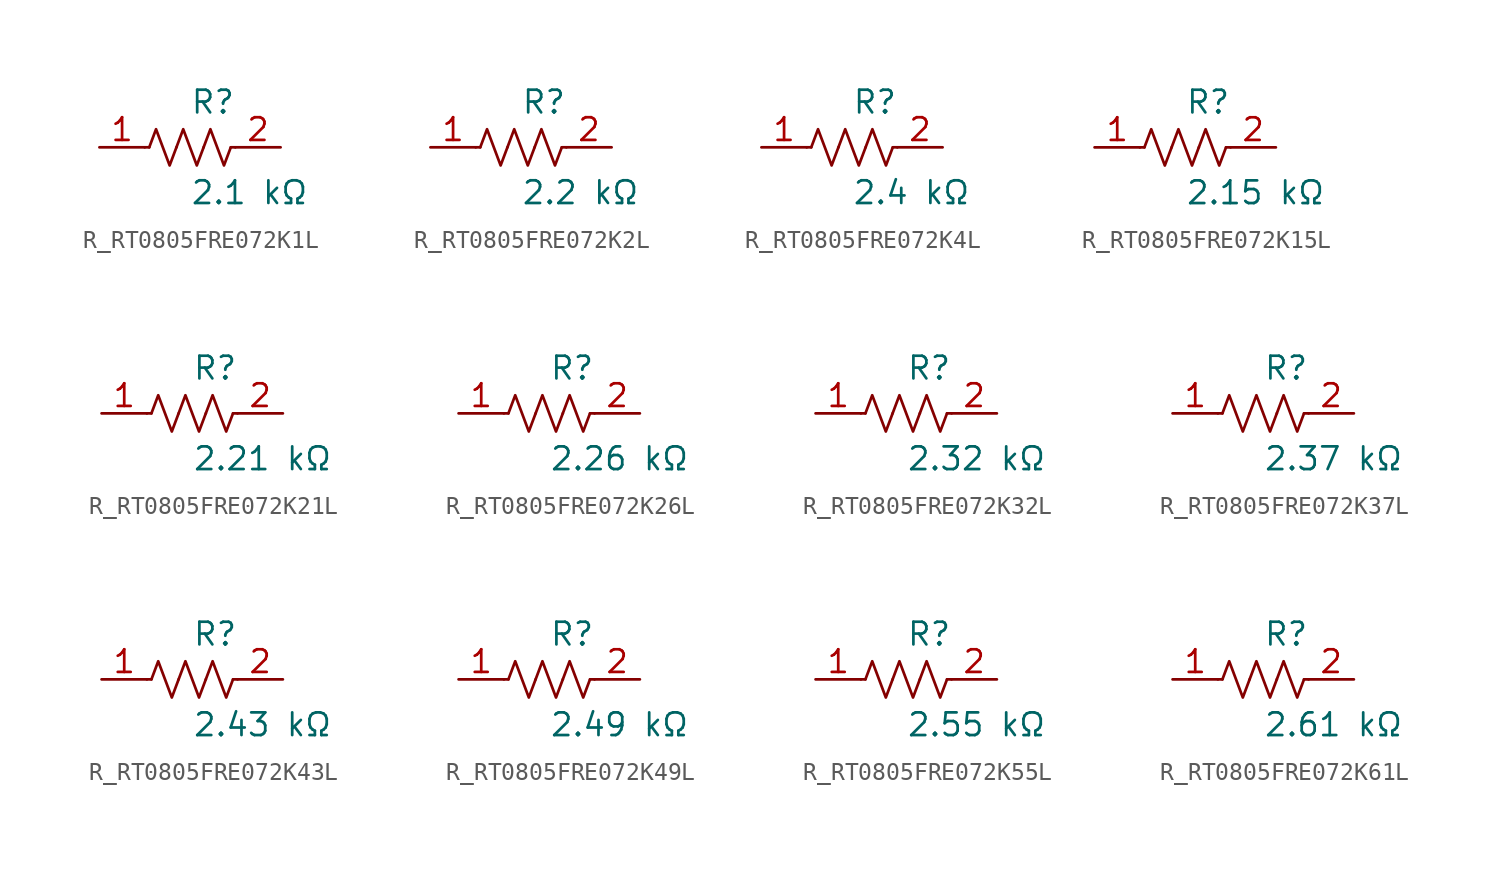
<source format=kicad_sym>
(kicad_symbol_lib
  (version 20231120)
  (generator kicad_symbol_editor)
  (generator_version 8.0)
  (symbol "R_RT0805FRE072K1L"
    (pin_names
      (offset 0.254))
    (property "Reference" "R"
      (at 0 2.54 0)
      (effects (font (size 1.27 1.27)) (justify left)))
    (property "Value" "2.1 kΩ"
      (at 0 -2.54 0)
      (effects (font (size 1.27 1.27)) (justify left)))
    (symbol "R_RT0805FRE072K1L_0_1"
      (polyline (pts (xy 2.286 0) (xy 2.54 0)) (stroke (width 0) (type default)) (fill (type none)))
      (polyline (pts (xy -2.286 0) (xy -2.54 0)) (stroke (width 0) (type default)) (fill (type none)))
      (polyline (pts (xy 0.762 0) (xy 1.143 1.016) (xy 1.524 0) (xy 1.905 -1.016) (xy 2.286 0)) (stroke (width 0) (type default)) (fill (type none)))
      (polyline (pts (xy -0.762 0) (xy -0.381 1.016) (xy 0 0) (xy 0.381 -1.016) (xy 0.762 0)) (stroke (width 0) (type default)) (fill (type none)))
      (polyline (pts (xy -2.286 0) (xy -1.905 1.016) (xy -1.524 0) (xy -1.143 -1.016) (xy -0.762 0)) (stroke (width 0) (type default)) (fill (type none))))
    (pin passive line
      (at -5.08 0 0)
      (length 2.54)
      (name "" (effects (font (size 1.27 1.27))))
      (number "1" (effects (font (size 1.27 1.27)))))
    (pin passive line
      (at 5.08 0 180)
      (length 2.54)
      (name "" (effects (font (size 1.27 1.27))))
      (number "2" (effects (font (size 1.27 1.27))))))
  (symbol "R_RT0805FRE072K2L"
    (pin_names
      (offset 0.254))
    (property "Reference" "R"
      (at 0 2.54 0)
      (effects (font (size 1.27 1.27)) (justify left)))
    (property "Value" "2.2 kΩ"
      (at 0 -2.54 0)
      (effects (font (size 1.27 1.27)) (justify left)))
    (symbol "R_RT0805FRE072K2L_0_1"
      (polyline (pts (xy 2.286 0) (xy 2.54 0)) (stroke (width 0) (type default)) (fill (type none)))
      (polyline (pts (xy -2.286 0) (xy -2.54 0)) (stroke (width 0) (type default)) (fill (type none)))
      (polyline (pts (xy 0.762 0) (xy 1.143 1.016) (xy 1.524 0) (xy 1.905 -1.016) (xy 2.286 0)) (stroke (width 0) (type default)) (fill (type none)))
      (polyline (pts (xy -0.762 0) (xy -0.381 1.016) (xy 0 0) (xy 0.381 -1.016) (xy 0.762 0)) (stroke (width 0) (type default)) (fill (type none)))
      (polyline (pts (xy -2.286 0) (xy -1.905 1.016) (xy -1.524 0) (xy -1.143 -1.016) (xy -0.762 0)) (stroke (width 0) (type default)) (fill (type none))))
    (pin passive line
      (at -5.08 0 0)
      (length 2.54)
      (name "" (effects (font (size 1.27 1.27))))
      (number "1" (effects (font (size 1.27 1.27)))))
    (pin passive line
      (at 5.08 0 180)
      (length 2.54)
      (name "" (effects (font (size 1.27 1.27))))
      (number "2" (effects (font (size 1.27 1.27))))))
  (symbol "R_RT0805FRE072K4L"
    (pin_names
      (offset 0.254))
    (property "Reference" "R"
      (at 0 2.54 0)
      (effects (font (size 1.27 1.27)) (justify left)))
    (property "Value" "2.4 kΩ"
      (at 0 -2.54 0)
      (effects (font (size 1.27 1.27)) (justify left)))
    (symbol "R_RT0805FRE072K4L_0_1"
      (polyline (pts (xy 2.286 0) (xy 2.54 0)) (stroke (width 0) (type default)) (fill (type none)))
      (polyline (pts (xy -2.286 0) (xy -2.54 0)) (stroke (width 0) (type default)) (fill (type none)))
      (polyline (pts (xy 0.762 0) (xy 1.143 1.016) (xy 1.524 0) (xy 1.905 -1.016) (xy 2.286 0)) (stroke (width 0) (type default)) (fill (type none)))
      (polyline (pts (xy -0.762 0) (xy -0.381 1.016) (xy 0 0) (xy 0.381 -1.016) (xy 0.762 0)) (stroke (width 0) (type default)) (fill (type none)))
      (polyline (pts (xy -2.286 0) (xy -1.905 1.016) (xy -1.524 0) (xy -1.143 -1.016) (xy -0.762 0)) (stroke (width 0) (type default)) (fill (type none))))
    (pin passive line
      (at -5.08 0 0)
      (length 2.54)
      (name "" (effects (font (size 1.27 1.27))))
      (number "1" (effects (font (size 1.27 1.27)))))
    (pin passive line
      (at 5.08 0 180)
      (length 2.54)
      (name "" (effects (font (size 1.27 1.27))))
      (number "2" (effects (font (size 1.27 1.27))))))
  (symbol "R_RT0805FRE072K15L"
    (pin_names
      (offset 0.254))
    (property "Reference" "R"
      (at 0 2.54 0)
      (effects (font (size 1.27 1.27)) (justify left)))
    (property "Value" "2.15 kΩ"
      (at 0 -2.54 0)
      (effects (font (size 1.27 1.27)) (justify left)))
    (symbol "R_RT0805FRE072K15L_0_1"
      (polyline (pts (xy 2.286 0) (xy 2.54 0)) (stroke (width 0) (type default)) (fill (type none)))
      (polyline (pts (xy -2.286 0) (xy -2.54 0)) (stroke (width 0) (type default)) (fill (type none)))
      (polyline (pts (xy 0.762 0) (xy 1.143 1.016) (xy 1.524 0) (xy 1.905 -1.016) (xy 2.286 0)) (stroke (width 0) (type default)) (fill (type none)))
      (polyline (pts (xy -0.762 0) (xy -0.381 1.016) (xy 0 0) (xy 0.381 -1.016) (xy 0.762 0)) (stroke (width 0) (type default)) (fill (type none)))
      (polyline (pts (xy -2.286 0) (xy -1.905 1.016) (xy -1.524 0) (xy -1.143 -1.016) (xy -0.762 0)) (stroke (width 0) (type default)) (fill (type none))))
    (pin passive line
      (at -5.08 0 0)
      (length 2.54)
      (name "" (effects (font (size 1.27 1.27))))
      (number "1" (effects (font (size 1.27 1.27)))))
    (pin passive line
      (at 5.08 0 180)
      (length 2.54)
      (name "" (effects (font (size 1.27 1.27))))
      (number "2" (effects (font (size 1.27 1.27))))))
  (symbol "R_RT0805FRE072K21L"
    (pin_names
      (offset 0.254))
    (property "Reference" "R"
      (at 0 2.54 0)
      (effects (font (size 1.27 1.27)) (justify left)))
    (property "Value" "2.21 kΩ"
      (at 0 -2.54 0)
      (effects (font (size 1.27 1.27)) (justify left)))
    (symbol "R_RT0805FRE072K21L_0_1"
      (polyline (pts (xy 2.286 0) (xy 2.54 0)) (stroke (width 0) (type default)) (fill (type none)))
      (polyline (pts (xy -2.286 0) (xy -2.54 0)) (stroke (width 0) (type default)) (fill (type none)))
      (polyline (pts (xy 0.762 0) (xy 1.143 1.016) (xy 1.524 0) (xy 1.905 -1.016) (xy 2.286 0)) (stroke (width 0) (type default)) (fill (type none)))
      (polyline (pts (xy -0.762 0) (xy -0.381 1.016) (xy 0 0) (xy 0.381 -1.016) (xy 0.762 0)) (stroke (width 0) (type default)) (fill (type none)))
      (polyline (pts (xy -2.286 0) (xy -1.905 1.016) (xy -1.524 0) (xy -1.143 -1.016) (xy -0.762 0)) (stroke (width 0) (type default)) (fill (type none))))
    (pin passive line
      (at -5.08 0 0)
      (length 2.54)
      (name "" (effects (font (size 1.27 1.27))))
      (number "1" (effects (font (size 1.27 1.27)))))
    (pin passive line
      (at 5.08 0 180)
      (length 2.54)
      (name "" (effects (font (size 1.27 1.27))))
      (number "2" (effects (font (size 1.27 1.27))))))
  (symbol "R_RT0805FRE072K26L"
    (pin_names
      (offset 0.254))
    (property "Reference" "R"
      (at 0 2.54 0)
      (effects (font (size 1.27 1.27)) (justify left)))
    (property "Value" "2.26 kΩ"
      (at 0 -2.54 0)
      (effects (font (size 1.27 1.27)) (justify left)))
    (symbol "R_RT0805FRE072K26L_0_1"
      (polyline (pts (xy 2.286 0) (xy 2.54 0)) (stroke (width 0) (type default)) (fill (type none)))
      (polyline (pts (xy -2.286 0) (xy -2.54 0)) (stroke (width 0) (type default)) (fill (type none)))
      (polyline (pts (xy 0.762 0) (xy 1.143 1.016) (xy 1.524 0) (xy 1.905 -1.016) (xy 2.286 0)) (stroke (width 0) (type default)) (fill (type none)))
      (polyline (pts (xy -0.762 0) (xy -0.381 1.016) (xy 0 0) (xy 0.381 -1.016) (xy 0.762 0)) (stroke (width 0) (type default)) (fill (type none)))
      (polyline (pts (xy -2.286 0) (xy -1.905 1.016) (xy -1.524 0) (xy -1.143 -1.016) (xy -0.762 0)) (stroke (width 0) (type default)) (fill (type none))))
    (pin passive line
      (at -5.08 0 0)
      (length 2.54)
      (name "" (effects (font (size 1.27 1.27))))
      (number "1" (effects (font (size 1.27 1.27)))))
    (pin passive line
      (at 5.08 0 180)
      (length 2.54)
      (name "" (effects (font (size 1.27 1.27))))
      (number "2" (effects (font (size 1.27 1.27))))))
  (symbol "R_RT0805FRE072K32L"
    (pin_names
      (offset 0.254))
    (property "Reference" "R"
      (at 0 2.54 0)
      (effects (font (size 1.27 1.27)) (justify left)))
    (property "Value" "2.32 kΩ"
      (at 0 -2.54 0)
      (effects (font (size 1.27 1.27)) (justify left)))
    (symbol "R_RT0805FRE072K32L_0_1"
      (polyline (pts (xy 2.286 0) (xy 2.54 0)) (stroke (width 0) (type default)) (fill (type none)))
      (polyline (pts (xy -2.286 0) (xy -2.54 0)) (stroke (width 0) (type default)) (fill (type none)))
      (polyline (pts (xy 0.762 0) (xy 1.143 1.016) (xy 1.524 0) (xy 1.905 -1.016) (xy 2.286 0)) (stroke (width 0) (type default)) (fill (type none)))
      (polyline (pts (xy -0.762 0) (xy -0.381 1.016) (xy 0 0) (xy 0.381 -1.016) (xy 0.762 0)) (stroke (width 0) (type default)) (fill (type none)))
      (polyline (pts (xy -2.286 0) (xy -1.905 1.016) (xy -1.524 0) (xy -1.143 -1.016) (xy -0.762 0)) (stroke (width 0) (type default)) (fill (type none))))
    (pin passive line
      (at -5.08 0 0)
      (length 2.54)
      (name "" (effects (font (size 1.27 1.27))))
      (number "1" (effects (font (size 1.27 1.27)))))
    (pin passive line
      (at 5.08 0 180)
      (length 2.54)
      (name "" (effects (font (size 1.27 1.27))))
      (number "2" (effects (font (size 1.27 1.27))))))
  (symbol "R_RT0805FRE072K37L"
    (pin_names
      (offset 0.254))
    (property "Reference" "R"
      (at 0 2.54 0)
      (effects (font (size 1.27 1.27)) (justify left)))
    (property "Value" "2.37 kΩ"
      (at 0 -2.54 0)
      (effects (font (size 1.27 1.27)) (justify left)))
    (symbol "R_RT0805FRE072K37L_0_1"
      (polyline (pts (xy 2.286 0) (xy 2.54 0)) (stroke (width 0) (type default)) (fill (type none)))
      (polyline (pts (xy -2.286 0) (xy -2.54 0)) (stroke (width 0) (type default)) (fill (type none)))
      (polyline (pts (xy 0.762 0) (xy 1.143 1.016) (xy 1.524 0) (xy 1.905 -1.016) (xy 2.286 0)) (stroke (width 0) (type default)) (fill (type none)))
      (polyline (pts (xy -0.762 0) (xy -0.381 1.016) (xy 0 0) (xy 0.381 -1.016) (xy 0.762 0)) (stroke (width 0) (type default)) (fill (type none)))
      (polyline (pts (xy -2.286 0) (xy -1.905 1.016) (xy -1.524 0) (xy -1.143 -1.016) (xy -0.762 0)) (stroke (width 0) (type default)) (fill (type none))))
    (pin passive line
      (at -5.08 0 0)
      (length 2.54)
      (name "" (effects (font (size 1.27 1.27))))
      (number "1" (effects (font (size 1.27 1.27)))))
    (pin passive line
      (at 5.08 0 180)
      (length 2.54)
      (name "" (effects (font (size 1.27 1.27))))
      (number "2" (effects (font (size 1.27 1.27))))))
  (symbol "R_RT0805FRE072K43L"
    (pin_names
      (offset 0.254))
    (property "Reference" "R"
      (at 0 2.54 0)
      (effects (font (size 1.27 1.27)) (justify left)))
    (property "Value" "2.43 kΩ"
      (at 0 -2.54 0)
      (effects (font (size 1.27 1.27)) (justify left)))
    (symbol "R_RT0805FRE072K43L_0_1"
      (polyline (pts (xy 2.286 0) (xy 2.54 0)) (stroke (width 0) (type default)) (fill (type none)))
      (polyline (pts (xy -2.286 0) (xy -2.54 0)) (stroke (width 0) (type default)) (fill (type none)))
      (polyline (pts (xy 0.762 0) (xy 1.143 1.016) (xy 1.524 0) (xy 1.905 -1.016) (xy 2.286 0)) (stroke (width 0) (type default)) (fill (type none)))
      (polyline (pts (xy -0.762 0) (xy -0.381 1.016) (xy 0 0) (xy 0.381 -1.016) (xy 0.762 0)) (stroke (width 0) (type default)) (fill (type none)))
      (polyline (pts (xy -2.286 0) (xy -1.905 1.016) (xy -1.524 0) (xy -1.143 -1.016) (xy -0.762 0)) (stroke (width 0) (type default)) (fill (type none))))
    (pin passive line
      (at -5.08 0 0)
      (length 2.54)
      (name "" (effects (font (size 1.27 1.27))))
      (number "1" (effects (font (size 1.27 1.27)))))
    (pin passive line
      (at 5.08 0 180)
      (length 2.54)
      (name "" (effects (font (size 1.27 1.27))))
      (number "2" (effects (font (size 1.27 1.27))))))
  (symbol "R_RT0805FRE072K49L"
    (pin_names
      (offset 0.254))
    (property "Reference" "R"
      (at 0 2.54 0)
      (effects (font (size 1.27 1.27)) (justify left)))
    (property "Value" "2.49 kΩ"
      (at 0 -2.54 0)
      (effects (font (size 1.27 1.27)) (justify left)))
    (symbol "R_RT0805FRE072K49L_0_1"
      (polyline (pts (xy 2.286 0) (xy 2.54 0)) (stroke (width 0) (type default)) (fill (type none)))
      (polyline (pts (xy -2.286 0) (xy -2.54 0)) (stroke (width 0) (type default)) (fill (type none)))
      (polyline (pts (xy 0.762 0) (xy 1.143 1.016) (xy 1.524 0) (xy 1.905 -1.016) (xy 2.286 0)) (stroke (width 0) (type default)) (fill (type none)))
      (polyline (pts (xy -0.762 0) (xy -0.381 1.016) (xy 0 0) (xy 0.381 -1.016) (xy 0.762 0)) (stroke (width 0) (type default)) (fill (type none)))
      (polyline (pts (xy -2.286 0) (xy -1.905 1.016) (xy -1.524 0) (xy -1.143 -1.016) (xy -0.762 0)) (stroke (width 0) (type default)) (fill (type none))))
    (pin passive line
      (at -5.08 0 0)
      (length 2.54)
      (name "" (effects (font (size 1.27 1.27))))
      (number "1" (effects (font (size 1.27 1.27)))))
    (pin passive line
      (at 5.08 0 180)
      (length 2.54)
      (name "" (effects (font (size 1.27 1.27))))
      (number "2" (effects (font (size 1.27 1.27))))))
  (symbol "R_RT0805FRE072K55L"
    (pin_names
      (offset 0.254))
    (property "Reference" "R"
      (at 0 2.54 0)
      (effects (font (size 1.27 1.27)) (justify left)))
    (property "Value" "2.55 kΩ"
      (at 0 -2.54 0)
      (effects (font (size 1.27 1.27)) (justify left)))
    (symbol "R_RT0805FRE072K55L_0_1"
      (polyline (pts (xy 2.286 0) (xy 2.54 0)) (stroke (width 0) (type default)) (fill (type none)))
      (polyline (pts (xy -2.286 0) (xy -2.54 0)) (stroke (width 0) (type default)) (fill (type none)))
      (polyline (pts (xy 0.762 0) (xy 1.143 1.016) (xy 1.524 0) (xy 1.905 -1.016) (xy 2.286 0)) (stroke (width 0) (type default)) (fill (type none)))
      (polyline (pts (xy -0.762 0) (xy -0.381 1.016) (xy 0 0) (xy 0.381 -1.016) (xy 0.762 0)) (stroke (width 0) (type default)) (fill (type none)))
      (polyline (pts (xy -2.286 0) (xy -1.905 1.016) (xy -1.524 0) (xy -1.143 -1.016) (xy -0.762 0)) (stroke (width 0) (type default)) (fill (type none))))
    (pin passive line
      (at -5.08 0 0)
      (length 2.54)
      (name "" (effects (font (size 1.27 1.27))))
      (number "1" (effects (font (size 1.27 1.27)))))
    (pin passive line
      (at 5.08 0 180)
      (length 2.54)
      (name "" (effects (font (size 1.27 1.27))))
      (number "2" (effects (font (size 1.27 1.27))))))
  (symbol "R_RT0805FRE072K61L"
    (pin_names
      (offset 0.254))
    (property "Reference" "R"
      (at 0 2.54 0)
      (effects (font (size 1.27 1.27)) (justify left)))
    (property "Value" "2.61 kΩ"
      (at 0 -2.54 0)
      (effects (font (size 1.27 1.27)) (justify left)))
    (symbol "R_RT0805FRE072K61L_0_1"
      (polyline (pts (xy 2.286 0) (xy 2.54 0)) (stroke (width 0) (type default)) (fill (type none)))
      (polyline (pts (xy -2.286 0) (xy -2.54 0)) (stroke (width 0) (type default)) (fill (type none)))
      (polyline (pts (xy 0.762 0) (xy 1.143 1.016) (xy 1.524 0) (xy 1.905 -1.016) (xy 2.286 0)) (stroke (width 0) (type default)) (fill (type none)))
      (polyline (pts (xy -0.762 0) (xy -0.381 1.016) (xy 0 0) (xy 0.381 -1.016) (xy 0.762 0)) (stroke (width 0) (type default)) (fill (type none)))
      (polyline (pts (xy -2.286 0) (xy -1.905 1.016) (xy -1.524 0) (xy -1.143 -1.016) (xy -0.762 0)) (stroke (width 0) (type default)) (fill (type none))))
    (pin passive line
      (at -5.08 0 0)
      (length 2.54)
      (name "" (effects (font (size 1.27 1.27))))
      (number "1" (effects (font (size 1.27 1.27)))))
    (pin passive line
      (at 5.08 0 180)
      (length 2.54)
      (name "" (effects (font (size 1.27 1.27))))
      (number "2" (effects (font (size 1.27 1.27)))))))
</source>
